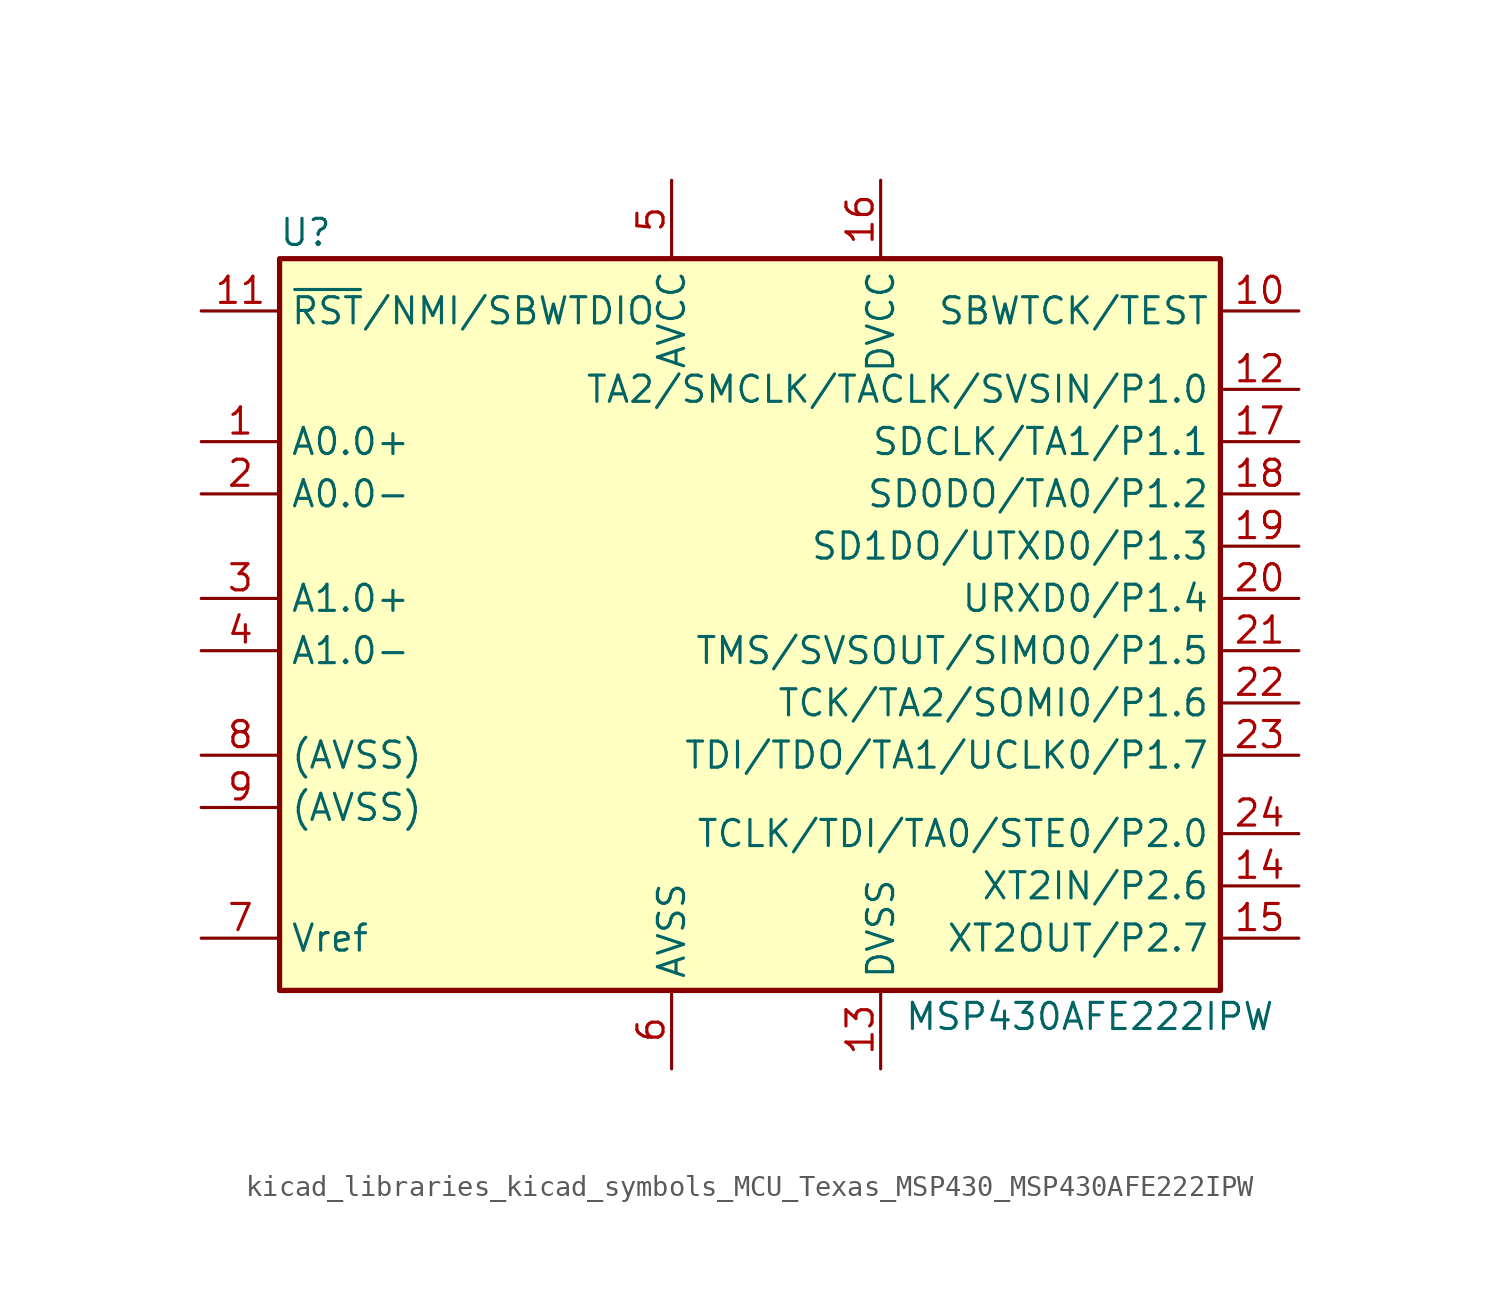
<source format=kicad_sym>
(kicad_symbol_lib
  (version 20220914)
  (generator kicad_symbol_editor)
  (symbol "kicad_libraries_kicad_symbols_MCU_Texas_MSP430_MSP430AFE222IPW"
    (property "Reference" "U"
      (at -22.86 19.05 0)
      (effects (font (size 1.27 1.27))))
    (property "Value" "MSP430AFE222IPW"
      (at 15.24 -19.05 0)
      (effects (font (size 1.27 1.27))))
    (symbol "kicad_libraries_kicad_symbols_MCU_Texas_MSP430_MSP430AFE222IPW_0_1"
      (rectangle (start -24.13 17.78) (end 21.59 -17.78) (stroke (width 0.254) (type default)) (fill (type background))))
    (symbol "kicad_libraries_kicad_symbols_MCU_Texas_MSP430_MSP430AFE222IPW_1_1"
      (pin passive line (at -27.94 8.89 0) (length 3.81) (name "A0.0+" (effects (font (size 1.27 1.27)))) (number "1" (effects (font (size 1.27 1.27)))))
      (pin input line (at 25.4 15.24 180) (length 3.81) (name "SBWTCK/TEST" (effects (font (size 1.27 1.27)))) (number "10" (effects (font (size 1.27 1.27)))))
      (pin input line (at -27.94 15.24 0) (length 3.81) (name "~{RST}/NMI/SBWTDIO" (effects (font (size 1.27 1.27)))) (number "11" (effects (font (size 1.27 1.27)))))
      (pin bidirectional line (at 25.4 11.43 180) (length 3.81) (name "TA2/SMCLK/TACLK/SVSIN/P1.0" (effects (font (size 1.27 1.27)))) (number "12" (effects (font (size 1.27 1.27)))))
      (pin power_in line (at 5.08 -21.59 90) (length 3.81) (name "DVSS" (effects (font (size 1.27 1.27)))) (number "13" (effects (font (size 1.27 1.27)))))
      (pin bidirectional line (at 25.4 -12.7 180) (length 3.81) (name "XT2IN/P2.6" (effects (font (size 1.27 1.27)))) (number "14" (effects (font (size 1.27 1.27)))))
      (pin bidirectional line (at 25.4 -15.24 180) (length 3.81) (name "XT2OUT/P2.7" (effects (font (size 1.27 1.27)))) (number "15" (effects (font (size 1.27 1.27)))))
      (pin power_in line (at 5.08 21.59 270) (length 3.81) (name "DVCC" (effects (font (size 1.27 1.27)))) (number "16" (effects (font (size 1.27 1.27)))))
      (pin bidirectional line (at 25.4 8.89 180) (length 3.81) (name "SDCLK/TA1/P1.1" (effects (font (size 1.27 1.27)))) (number "17" (effects (font (size 1.27 1.27)))))
      (pin bidirectional line (at 25.4 6.35 180) (length 3.81) (name "SD0DO/TA0/P1.2" (effects (font (size 1.27 1.27)))) (number "18" (effects (font (size 1.27 1.27)))))
      (pin bidirectional line (at 25.4 3.81 180) (length 3.81) (name "SD1DO/UTXD0/P1.3" (effects (font (size 1.27 1.27)))) (number "19" (effects (font (size 1.27 1.27)))))
      (pin passive line (at -27.94 6.35 0) (length 3.81) (name "A0.0-" (effects (font (size 1.27 1.27)))) (number "2" (effects (font (size 1.27 1.27)))))
      (pin bidirectional line (at 25.4 1.27 180) (length 3.81) (name "URXD0/P1.4" (effects (font (size 1.27 1.27)))) (number "20" (effects (font (size 1.27 1.27)))))
      (pin bidirectional line (at 25.4 -1.27 180) (length 3.81) (name "TMS/SVSOUT/SIMO0/P1.5" (effects (font (size 1.27 1.27)))) (number "21" (effects (font (size 1.27 1.27)))))
      (pin bidirectional line (at 25.4 -3.81 180) (length 3.81) (name "TCK/TA2/SOMI0/P1.6" (effects (font (size 1.27 1.27)))) (number "22" (effects (font (size 1.27 1.27)))))
      (pin bidirectional line (at 25.4 -6.35 180) (length 3.81) (name "TDI/TDO/TA1/UCLK0/P1.7" (effects (font (size 1.27 1.27)))) (number "23" (effects (font (size 1.27 1.27)))))
      (pin bidirectional line (at 25.4 -10.16 180) (length 3.81) (name "TCLK/TDI/TA0/STE0/P2.0" (effects (font (size 1.27 1.27)))) (number "24" (effects (font (size 1.27 1.27)))))
      (pin passive line (at -27.94 1.27 0) (length 3.81) (name "A1.0+" (effects (font (size 1.27 1.27)))) (number "3" (effects (font (size 1.27 1.27)))))
      (pin passive line (at -27.94 -1.27 0) (length 3.81) (name "A1.0-" (effects (font (size 1.27 1.27)))) (number "4" (effects (font (size 1.27 1.27)))))
      (pin power_in line (at -5.08 21.59 270) (length 3.81) (name "AVCC" (effects (font (size 1.27 1.27)))) (number "5" (effects (font (size 1.27 1.27)))))
      (pin power_in line (at -5.08 -21.59 90) (length 3.81) (name "AVSS" (effects (font (size 1.27 1.27)))) (number "6" (effects (font (size 1.27 1.27)))))
      (pin passive line (at -27.94 -15.24 0) (length 3.81) (name "Vref" (effects (font (size 1.27 1.27)))) (number "7" (effects (font (size 1.27 1.27)))))
      (pin passive line (at -27.94 -6.35 0) (length 3.81) (name "(AVSS)" (effects (font (size 1.27 1.27)))) (number "8" (effects (font (size 1.27 1.27)))))
      (pin passive line (at -27.94 -8.89 0) (length 3.81) (name "(AVSS)" (effects (font (size 1.27 1.27)))) (number "9" (effects (font (size 1.27 1.27))))))))
</source>
